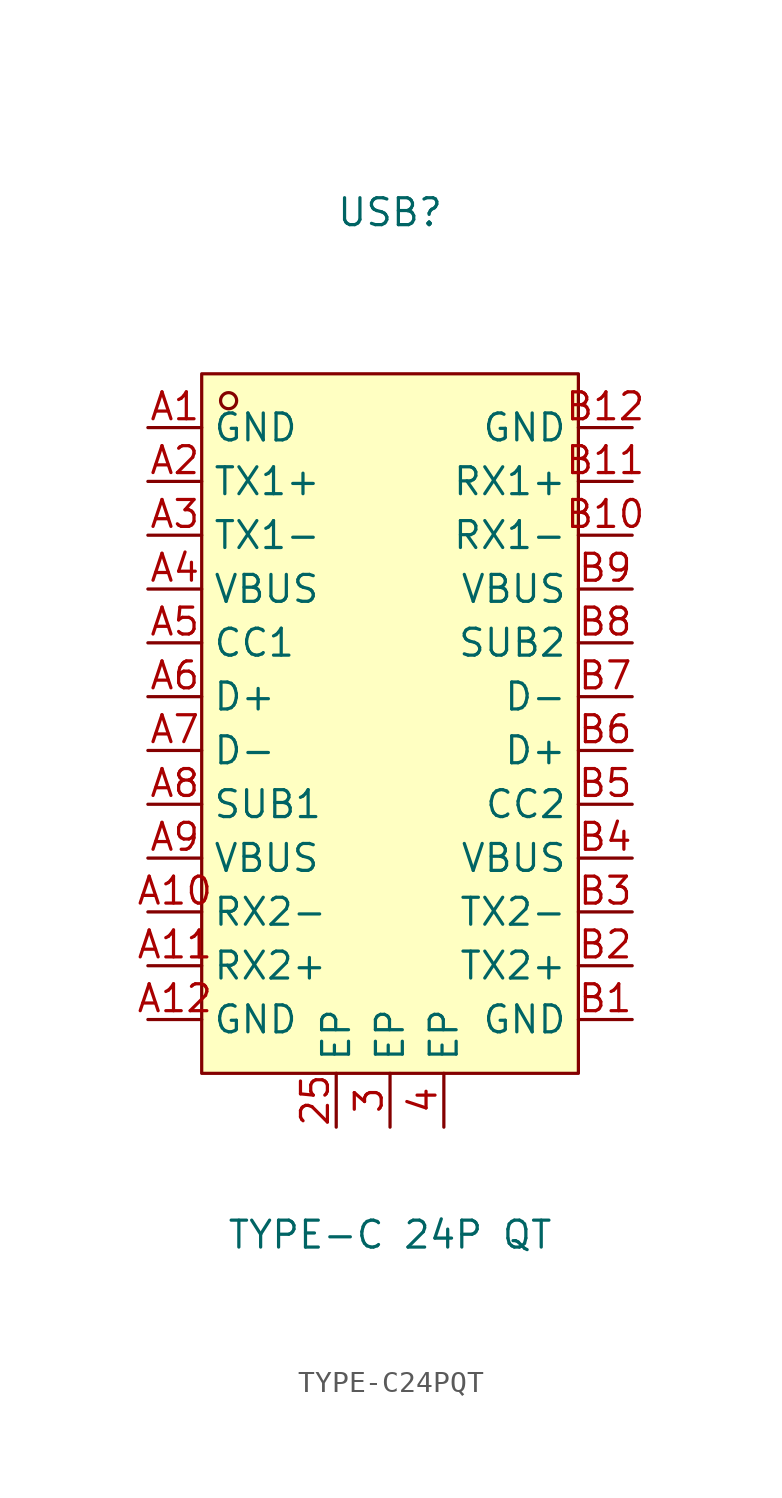
<source format=kicad_sym>
(kicad_symbol_lib
  (version 20241209)
  (generator "kicad_symbol_editor")
  (generator_version "9.0")
  (symbol "TYPE-C24PQT"
    (property "Reference" "USB"
      (at 0 24.13 0)
      (effects (font (size 1.27 1.27))))
    (property "Value" "TYPE-C 24P QT"
      (at 0 -24.13 0)
      (effects (font (size 1.27 1.27))))
    (symbol "TYPE-C24PQT_0_1"
      (rectangle (start -8.89 16.51) (end 8.89 -16.51) (stroke (width 0) (type default)) (fill (type background)))
      (circle (center -7.62 15.24) (radius 0.38) (stroke (width 0) (type default)) (fill (type none)))
      (pin unspecified line (at -11.43 13.97 0) (length 2.54) (name "GND" (effects (font (size 1.27 1.27)))) (number "A1" (effects (font (size 1.27 1.27)))))
      (pin unspecified line (at -11.43 11.43 0) (length 2.54) (name "TX1+" (effects (font (size 1.27 1.27)))) (number "A2" (effects (font (size 1.27 1.27)))))
      (pin unspecified line (at -11.43 8.89 0) (length 2.54) (name "TX1-" (effects (font (size 1.27 1.27)))) (number "A3" (effects (font (size 1.27 1.27)))))
      (pin unspecified line (at -11.43 6.35 0) (length 2.54) (name "VBUS" (effects (font (size 1.27 1.27)))) (number "A4" (effects (font (size 1.27 1.27)))))
      (pin unspecified line (at -11.43 3.81 0) (length 2.54) (name "CC1" (effects (font (size 1.27 1.27)))) (number "A5" (effects (font (size 1.27 1.27)))))
      (pin unspecified line (at -11.43 1.27 0) (length 2.54) (name "D+" (effects (font (size 1.27 1.27)))) (number "A6" (effects (font (size 1.27 1.27)))))
      (pin unspecified line (at -11.43 -1.27 0) (length 2.54) (name "D-" (effects (font (size 1.27 1.27)))) (number "A7" (effects (font (size 1.27 1.27)))))
      (pin unspecified line (at -11.43 -3.81 0) (length 2.54) (name "SUB1" (effects (font (size 1.27 1.27)))) (number "A8" (effects (font (size 1.27 1.27)))))
      (pin unspecified line (at -11.43 -6.35 0) (length 2.54) (name "VBUS" (effects (font (size 1.27 1.27)))) (number "A9" (effects (font (size 1.27 1.27)))))
      (pin unspecified line (at -11.43 -8.89 0) (length 2.54) (name "RX2-" (effects (font (size 1.27 1.27)))) (number "A10" (effects (font (size 1.27 1.27)))))
      (pin unspecified line (at -11.43 -11.43 0) (length 2.54) (name "RX2+" (effects (font (size 1.27 1.27)))) (number "A11" (effects (font (size 1.27 1.27)))))
      (pin unspecified line (at -11.43 -13.97 0) (length 2.54) (name "GND" (effects (font (size 1.27 1.27)))) (number "A12" (effects (font (size 1.27 1.27)))))
      (pin unspecified line (at -2.54 -19.05 90) (length 2.54) (name "EP" (effects (font (size 1.27 1.27)))) (number "25" (effects (font (size 1.27 1.27)))))
      (pin unspecified line (at 0 -19.05 90) (length 2.54) (name "EP" (effects (font (size 1.27 1.27)))) (number "3" (effects (font (size 1.27 1.27)))))
      (pin unspecified line (at 2.54 -19.05 90) (length 2.54) (name "EP" (effects (font (size 1.27 1.27)))) (number "4" (effects (font (size 1.27 1.27)))))
      (pin unspecified line (at 11.43 13.97 180) (length 2.54) (name "GND" (effects (font (size 1.27 1.27)))) (number "B12" (effects (font (size 1.27 1.27)))))
      (pin unspecified line (at 11.43 11.43 180) (length 2.54) (name "RX1+" (effects (font (size 1.27 1.27)))) (number "B11" (effects (font (size 1.27 1.27)))))
      (pin unspecified line (at 11.43 8.89 180) (length 2.54) (name "RX1-" (effects (font (size 1.27 1.27)))) (number "B10" (effects (font (size 1.27 1.27)))))
      (pin unspecified line (at 11.43 6.35 180) (length 2.54) (name "VBUS" (effects (font (size 1.27 1.27)))) (number "B9" (effects (font (size 1.27 1.27)))))
      (pin unspecified line (at 11.43 3.81 180) (length 2.54) (name "SUB2" (effects (font (size 1.27 1.27)))) (number "B8" (effects (font (size 1.27 1.27)))))
      (pin unspecified line (at 11.43 1.27 180) (length 2.54) (name "D-" (effects (font (size 1.27 1.27)))) (number "B7" (effects (font (size 1.27 1.27)))))
      (pin unspecified line (at 11.43 -1.27 180) (length 2.54) (name "D+" (effects (font (size 1.27 1.27)))) (number "B6" (effects (font (size 1.27 1.27)))))
      (pin unspecified line (at 11.43 -3.81 180) (length 2.54) (name "CC2" (effects (font (size 1.27 1.27)))) (number "B5" (effects (font (size 1.27 1.27)))))
      (pin unspecified line (at 11.43 -6.35 180) (length 2.54) (name "VBUS" (effects (font (size 1.27 1.27)))) (number "B4" (effects (font (size 1.27 1.27)))))
      (pin unspecified line (at 11.43 -8.89 180) (length 2.54) (name "TX2-" (effects (font (size 1.27 1.27)))) (number "B3" (effects (font (size 1.27 1.27)))))
      (pin unspecified line (at 11.43 -11.43 180) (length 2.54) (name "TX2+" (effects (font (size 1.27 1.27)))) (number "B2" (effects (font (size 1.27 1.27)))))
      (pin unspecified line (at 11.43 -13.97 180) (length 2.54) (name "GND" (effects (font (size 1.27 1.27)))) (number "B1" (effects (font (size 1.27 1.27))))))))
</source>
